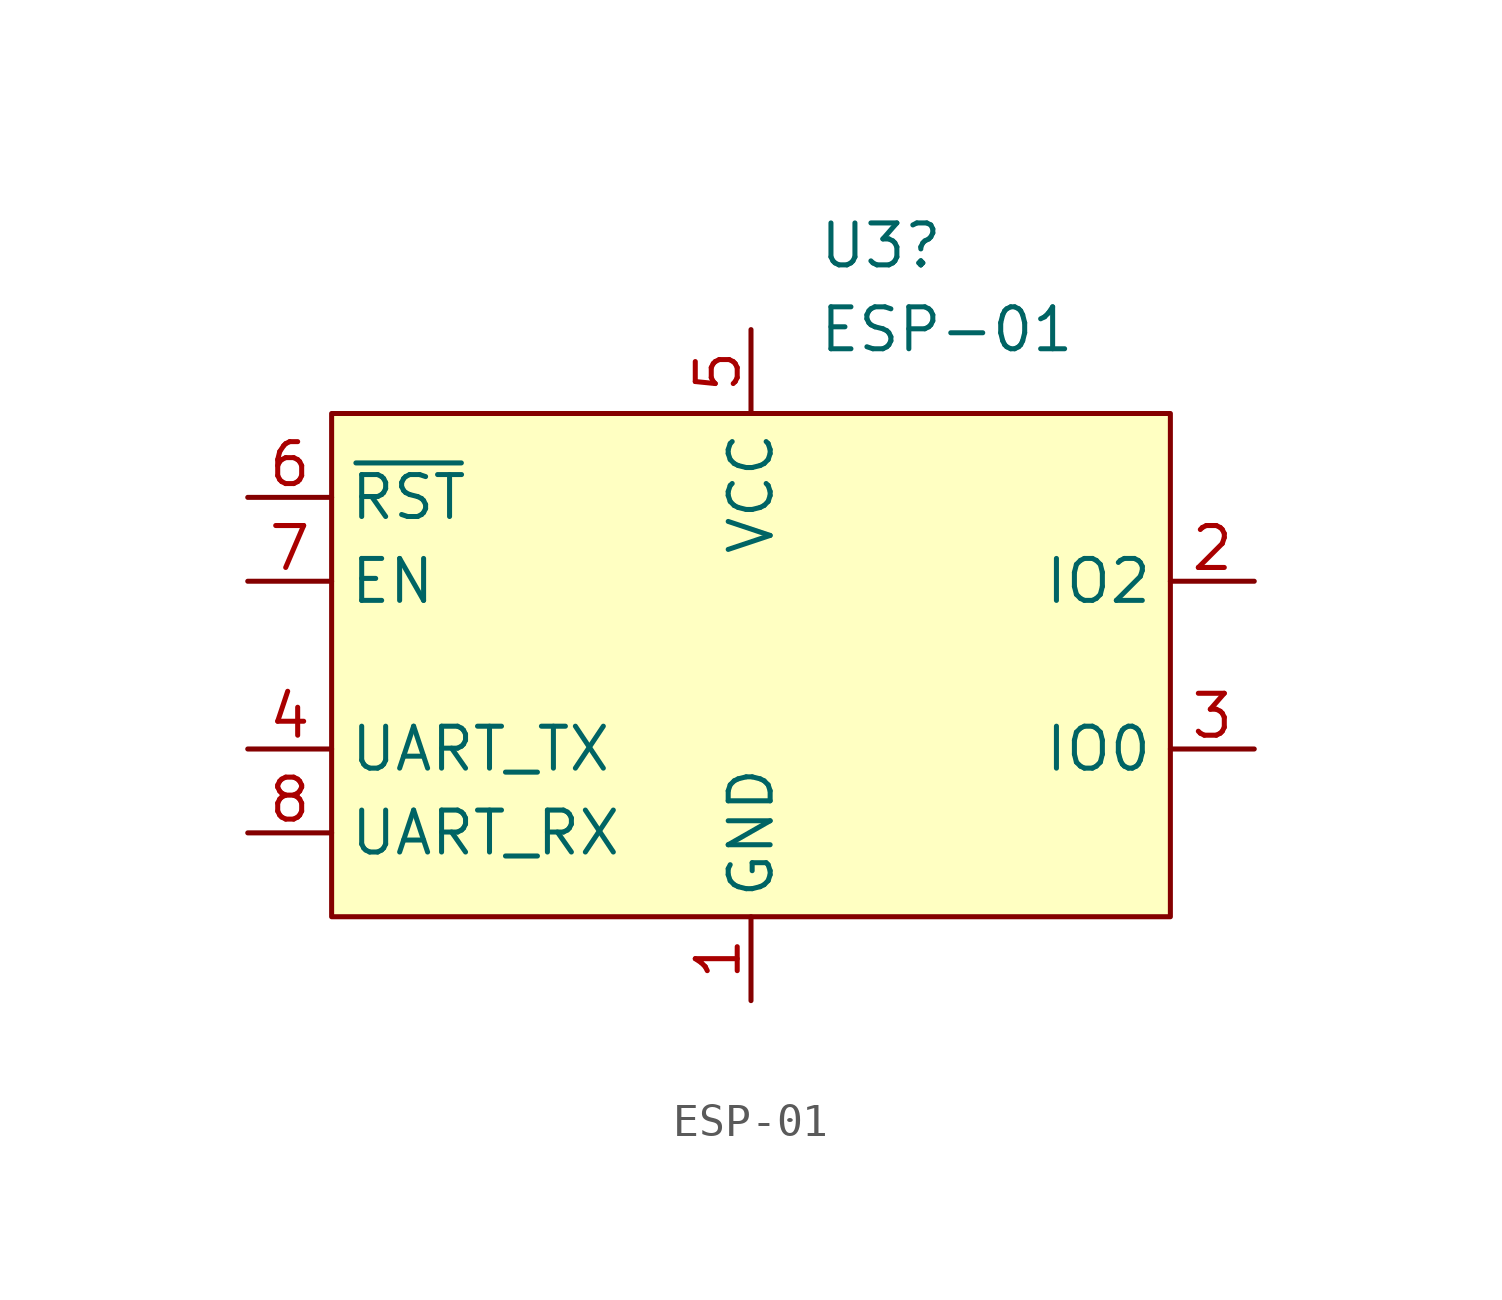
<source format=kicad_sym>
(kicad_symbol_lib
  (version 20211014)
  (generator kicad_symbol_editor)
  (symbol "ESP-01"
    (property "Reference" "U3"
      (at 2.019 12.7 0)
      (effects (font (size 1.27 1.27)) (justify left)))
    (property "Value" "ESP-01"
      (at 2.019 10.16 0)
      (effects (font (size 1.27 1.27)) (justify left)))
    (symbol "ESP-01_0_1"
      (rectangle (start -12.7 7.62) (end 12.7 -7.62) (stroke (width 0) (type default) (color 0 0 0 0)) (fill (type background))))
    (symbol "ESP-01_1_1"
      (pin power_in line (at 0 -10.16 90) (length 2.54) (name "GND" (effects (font (size 1.27 1.27)))) (number "1" (effects (font (size 1.27 1.27)))))
      (pin bidirectional line (at 15.24 2.54 180) (length 2.54) (name "IO2" (effects (font (size 1.27 1.27)))) (number "2" (effects (font (size 1.27 1.27)))))
      (pin bidirectional line (at 15.24 -2.54 180) (length 2.54) (name "IO0" (effects (font (size 1.27 1.27)))) (number "3" (effects (font (size 1.27 1.27)))))
      (pin output line (at -15.24 -2.54 0) (length 2.54) (name "UART_TX" (effects (font (size 1.27 1.27)))) (number "4" (effects (font (size 1.27 1.27)))))
      (pin power_in line (at 0 10.16 270) (length 2.54) (name "VCC" (effects (font (size 1.27 1.27)))) (number "5" (effects (font (size 1.27 1.27)))))
      (pin input line (at -15.24 5.08 0) (length 2.54) (name "~{RST}" (effects (font (size 1.27 1.27)))) (number "6" (effects (font (size 1.27 1.27)))))
      (pin input line (at -15.24 2.54 0) (length 2.54) (name "EN" (effects (font (size 1.27 1.27)))) (number "7" (effects (font (size 1.27 1.27)))))
      (pin input line (at -15.24 -5.08 0) (length 2.54) (name "UART_RX" (effects (font (size 1.27 1.27)))) (number "8" (effects (font (size 1.27 1.27))))))))
</source>
